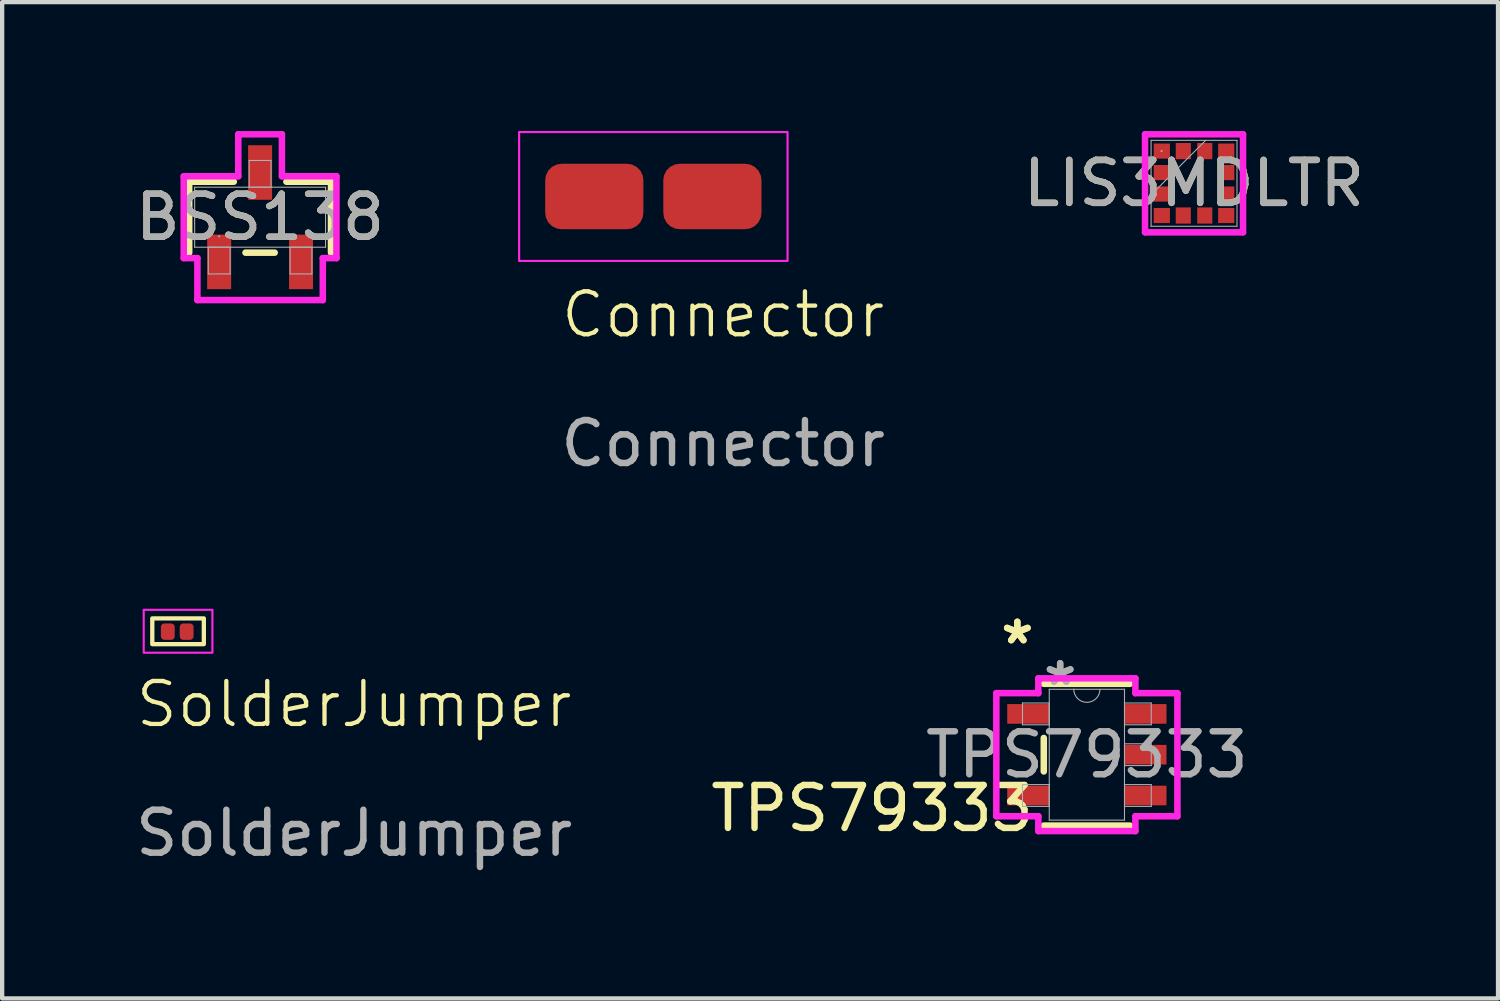
<source format=kicad_pcb>
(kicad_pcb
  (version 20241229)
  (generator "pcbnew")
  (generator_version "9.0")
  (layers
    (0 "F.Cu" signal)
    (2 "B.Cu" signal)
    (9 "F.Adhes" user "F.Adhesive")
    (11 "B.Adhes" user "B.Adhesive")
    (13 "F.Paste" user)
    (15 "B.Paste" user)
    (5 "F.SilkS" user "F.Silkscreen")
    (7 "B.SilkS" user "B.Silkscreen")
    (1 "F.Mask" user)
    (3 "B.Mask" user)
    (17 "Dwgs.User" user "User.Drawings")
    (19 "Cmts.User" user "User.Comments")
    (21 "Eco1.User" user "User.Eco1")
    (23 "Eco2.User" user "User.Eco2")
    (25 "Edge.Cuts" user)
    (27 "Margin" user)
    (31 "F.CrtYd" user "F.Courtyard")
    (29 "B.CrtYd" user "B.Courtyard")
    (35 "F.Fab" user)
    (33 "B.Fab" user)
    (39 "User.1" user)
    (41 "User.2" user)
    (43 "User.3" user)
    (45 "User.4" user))
  (footprint "Connector"
    (layer "F.Cu")
    (at 13.787 4.775)
    (property "Reference" "Connector" (at 0 -0.5 0) (unlocked yes) (layer "F.SilkS") (effects (font (size 1 1) (thickness 0.1))))
    (attr smd)
    (fp_rect (start -4.75 -4.75) (end 1.5 -1.75) (stroke (width 0.05) (type default)) (fill no) (layer "F.CrtYd"))
    (fp_text user "${REFERENCE}" (at 0 2.5 0) (unlocked yes) (layer "F.Fab") (effects (font (size 1 1) (thickness 0.15))))
    (pad "1" smd roundrect (at -3 -3.25) (size 2.286 1.524) (layers "F.Cu" "F.Mask") (roundrect_rratio 0.25))
    (pad "2" smd roundrect (at -0.25 -3.25) (size 2.286 1.524) (layers "F.Cu" "F.Mask") (roundrect_rratio 0.25)))
  (footprint "BSS138"
    (layer "F.Cu")
    (at 3.006 2.007)
    (property "Reference" "BSS138" (at 0 0 0) (unlocked yes) (layer "F.SilkS") (effects (font (size 1 1) (thickness 0.15))))
    (attr smd)
    (fp_line (start -1.651 -0.826) (end -1.651 0.826) (stroke (width 0.152) (type solid)) (layer "F.SilkS"))
    (fp_line (start -0.612 -0.826) (end -1.651 -0.826) (stroke (width 0.152) (type solid)) (layer "F.SilkS"))
    (fp_line (start -0.34 0.826) (end 0.34 0.826) (stroke (width 0.152) (type solid)) (layer "F.SilkS"))
    (fp_line (start 1.651 -0.826) (end 0.612 -0.826) (stroke (width 0.152) (type solid)) (layer "F.SilkS"))
    (fp_line (start 1.651 0.826) (end 1.651 -0.826) (stroke (width 0.152) (type solid)) (layer "F.SilkS"))
    (fp_line (start -1.778 -0.953) (end -0.508 -0.953) (stroke (width 0.152) (type solid)) (layer "F.CrtYd"))
    (fp_line (start -1.778 0.953) (end -1.778 -0.953) (stroke (width 0.152) (type solid)) (layer "F.CrtYd"))
    (fp_line (start -1.778 0.953) (end -1.46 0.953) (stroke (width 0.152) (type solid)) (layer "F.CrtYd"))
    (fp_line (start -1.46 0.953) (end -1.46 1.93) (stroke (width 0.152) (type solid)) (layer "F.CrtYd"))
    (fp_line (start -1.46 1.93) (end 1.46 1.93) (stroke (width 0.152) (type solid)) (layer "F.CrtYd"))
    (fp_line (start -0.508 -1.93) (end 0.508 -1.93) (stroke (width 0.152) (type solid)) (layer "F.CrtYd"))
    (fp_line (start -0.508 -0.953) (end -0.508 -1.93) (stroke (width 0.152) (type solid)) (layer "F.CrtYd"))
    (fp_line (start 0.508 -0.953) (end 0.508 -1.93) (stroke (width 0.152) (type solid)) (layer "F.CrtYd"))
    (fp_line (start 1.46 0.953) (end 1.46 1.93) (stroke (width 0.152) (type solid)) (layer "F.CrtYd"))
    (fp_line (start 1.778 -0.953) (end 0.508 -0.953) (stroke (width 0.152) (type solid)) (layer "F.CrtYd"))
    (fp_line (start 1.778 -0.953) (end 1.778 0.953) (stroke (width 0.152) (type solid)) (layer "F.CrtYd"))
    (fp_line (start 1.778 0.953) (end 1.46 0.953) (stroke (width 0.152) (type solid)) (layer "F.CrtYd"))
    (fp_line (start -1.524 -0.699) (end -1.524 0.699) (stroke (width 0.025) (type solid)) (layer "F.Fab"))
    (fp_line (start -1.524 0.699) (end 1.524 0.699) (stroke (width 0.025) (type solid)) (layer "F.Fab"))
    (fp_line (start -1.206 0.699) (end -1.206 1.321) (stroke (width 0.025) (type solid)) (layer "F.Fab"))
    (fp_line (start -1.206 1.321) (end -0.699 1.321) (stroke (width 0.025) (type solid)) (layer "F.Fab"))
    (fp_line (start -0.699 0.699) (end -1.206 0.699) (stroke (width 0.025) (type solid)) (layer "F.Fab"))
    (fp_line (start -0.699 1.321) (end -0.699 0.699) (stroke (width 0.025) (type solid)) (layer "F.Fab"))
    (fp_line (start -0.254 -1.321) (end -0.254 -0.699) (stroke (width 0.025) (type solid)) (layer "F.Fab"))
    (fp_line (start -0.254 -0.699) (end 0.254 -0.699) (stroke (width 0.025) (type solid)) (layer "F.Fab"))
    (fp_line (start 0.254 -1.321) (end -0.254 -1.321) (stroke (width 0.025) (type solid)) (layer "F.Fab"))
    (fp_line (start 0.254 -0.699) (end 0.254 -1.321) (stroke (width 0.025) (type solid)) (layer "F.Fab"))
    (fp_line (start 0.699 0.699) (end 0.699 1.321) (stroke (width 0.025) (type solid)) (layer "F.Fab"))
    (fp_line (start 0.699 1.321) (end 1.206 1.321) (stroke (width 0.025) (type solid)) (layer "F.Fab"))
    (fp_line (start 1.206 0.699) (end 0.699 0.699) (stroke (width 0.025) (type solid)) (layer "F.Fab"))
    (fp_line (start 1.206 1.321) (end 1.206 0.699) (stroke (width 0.025) (type solid)) (layer "F.Fab"))
    (fp_line (start 1.524 -0.699) (end -1.524 -0.699) (stroke (width 0.025) (type solid)) (layer "F.Fab"))
    (fp_line (start 1.524 0.699) (end 1.524 -0.699) (stroke (width 0.025) (type solid)) (layer "F.Fab"))
    (fp_circle (center -0.953 0.445) (end -0.953 0.445) (stroke (width 0.025) (type solid)) (fill no) (layer "F.Fab"))
    (fp_text user "${REFERENCE}" (at 0 0 0) (unlocked yes) (layer "F.Fab") (effects (font (size 1 1) (thickness 0.15))))
    (pad "1" smd rect (at -0.953 1.041) (size 0.559 1.27) (layers "F.Cu" "F.Mask" "F.Paste"))
    (pad "2" smd rect (at 0.953 1.041) (size 0.559 1.27) (layers "F.Cu" "F.Mask" "F.Paste"))
    (pad "3" smd rect (at 0 -1.041) (size 0.559 1.27) (layers "F.Cu" "F.Mask" "F.Paste")))
  (footprint "TPS79333"
    (layer "F.Cu")
    (at 22.256 14.522)
    (property "Reference" "TPS79333" (at -5 1.25 0) (unlocked yes) (layer "F.SilkS") (effects (font (size 1 1) (thickness 0.15))))
    (attr smd)
    (fp_line (start -1.003 -0.389) (end -1.003 0.389) (stroke (width 0.152) (type solid)) (layer "F.SilkS"))
    (fp_line (start -1.003 1.651) (end 1.003 1.651) (stroke (width 0.152) (type solid)) (layer "F.SilkS"))
    (fp_line (start 1.003 -1.651) (end -1.003 -1.651) (stroke (width 0.152) (type solid)) (layer "F.SilkS"))
    (fp_line (start -2.108 -1.433) (end -1.13 -1.433) (stroke (width 0.152) (type solid)) (layer "F.CrtYd"))
    (fp_line (start -2.108 1.433) (end -2.108 -1.433) (stroke (width 0.152) (type solid)) (layer "F.CrtYd"))
    (fp_line (start -1.13 -1.778) (end 1.13 -1.778) (stroke (width 0.152) (type solid)) (layer "F.CrtYd"))
    (fp_line (start -1.13 -1.433) (end -1.13 -1.778) (stroke (width 0.152) (type solid)) (layer "F.CrtYd"))
    (fp_line (start -1.13 1.433) (end -2.108 1.433) (stroke (width 0.152) (type solid)) (layer "F.CrtYd"))
    (fp_line (start -1.13 1.778) (end -1.13 1.433) (stroke (width 0.152) (type solid)) (layer "F.CrtYd"))
    (fp_line (start 1.13 -1.778) (end 1.13 -1.433) (stroke (width 0.152) (type solid)) (layer "F.CrtYd"))
    (fp_line (start 1.13 -1.433) (end 2.108 -1.433) (stroke (width 0.152) (type solid)) (layer "F.CrtYd"))
    (fp_line (start 1.13 1.433) (end 1.13 1.778) (stroke (width 0.152) (type solid)) (layer "F.CrtYd"))
    (fp_line (start 1.13 1.778) (end -1.13 1.778) (stroke (width 0.152) (type solid)) (layer "F.CrtYd"))
    (fp_line (start 2.108 -1.433) (end 2.108 1.433) (stroke (width 0.152) (type solid)) (layer "F.CrtYd"))
    (fp_line (start 2.108 1.433) (end 1.13 1.433) (stroke (width 0.152) (type solid)) (layer "F.CrtYd"))
    (fp_line (start -1.499 -1.204) (end -1.499 -0.696) (stroke (width 0.025) (type solid)) (layer "F.Fab"))
    (fp_line (start -1.499 -0.696) (end -0.876 -0.696) (stroke (width 0.025) (type solid)) (layer "F.Fab"))
    (fp_line (start -1.499 0.696) (end -1.499 1.204) (stroke (width 0.025) (type solid)) (layer "F.Fab"))
    (fp_line (start -1.499 1.204) (end -0.876 1.204) (stroke (width 0.025) (type solid)) (layer "F.Fab"))
    (fp_line (start -0.876 -1.524) (end -0.876 1.524) (stroke (width 0.025) (type solid)) (layer "F.Fab"))
    (fp_line (start -0.876 -1.204) (end -1.499 -1.204) (stroke (width 0.025) (type solid)) (layer "F.Fab"))
    (fp_line (start -0.876 -0.696) (end -0.876 -1.204) (stroke (width 0.025) (type solid)) (layer "F.Fab"))
    (fp_line (start -0.876 0.696) (end -1.499 0.696) (stroke (width 0.025) (type solid)) (layer "F.Fab"))
    (fp_line (start -0.876 1.204) (end -0.876 0.696) (stroke (width 0.025) (type solid)) (layer "F.Fab"))
    (fp_line (start -0.876 1.524) (end 0.876 1.524) (stroke (width 0.025) (type solid)) (layer "F.Fab"))
    (fp_line (start 0.876 -1.524) (end -0.876 -1.524) (stroke (width 0.025) (type solid)) (layer "F.Fab"))
    (fp_line (start 0.876 -1.204) (end 0.876 -0.696) (stroke (width 0.025) (type solid)) (layer "F.Fab"))
    (fp_line (start 0.876 -0.696) (end 1.499 -0.696) (stroke (width 0.025) (type solid)) (layer "F.Fab"))
    (fp_line (start 0.876 -0.254) (end 0.876 0.254) (stroke (width 0.025) (type solid)) (layer "F.Fab"))
    (fp_line (start 0.876 0.254) (end 1.499 0.254) (stroke (width 0.025) (type solid)) (layer "F.Fab"))
    (fp_line (start 0.876 0.696) (end 0.876 1.204) (stroke (width 0.025) (type solid)) (layer "F.Fab"))
    (fp_line (start 0.876 1.204) (end 1.499 1.204) (stroke (width 0.025) (type solid)) (layer "F.Fab"))
    (fp_line (start 0.876 1.524) (end 0.876 -1.524) (stroke (width 0.025) (type solid)) (layer "F.Fab"))
    (fp_line (start 1.499 -1.204) (end 0.876 -1.204) (stroke (width 0.025) (type solid)) (layer "F.Fab"))
    (fp_line (start 1.499 -0.696) (end 1.499 -1.204) (stroke (width 0.025) (type solid)) (layer "F.Fab"))
    (fp_line (start 1.499 -0.254) (end 0.876 -0.254) (stroke (width 0.025) (type solid)) (layer "F.Fab"))
    (fp_line (start 1.499 0.254) (end 1.499 -0.254) (stroke (width 0.025) (type solid)) (layer "F.Fab"))
    (fp_line (start 1.499 0.696) (end 0.876 0.696) (stroke (width 0.025) (type solid)) (layer "F.Fab"))
    (fp_line (start 1.499 1.204) (end 1.499 0.696) (stroke (width 0.025) (type solid)) (layer "F.Fab"))
    (fp_arc (start 0.3048 -1.524) (mid 0 -1.2192) (end -0.3048 -1.524) (stroke (width 0.0254) (type solid)) (layer "F.Fab"))
    (fp_text user "*" (at -1.619 -2.55 0) (unlocked yes) (layer "F.SilkS") (effects (font (size 1 1) (thickness 0.15))))
    (fp_text user "*" (at -1.619 -2.55 0) (layer "F.SilkS") (effects (font (size 1 1) (thickness 0.15))))
    (fp_text user "${REFERENCE}" (at 0 0 0) (unlocked yes) (layer "F.Fab") (effects (font (size 1 1) (thickness 0.15))))
    (fp_text user "*" (at -0.622 -1.585 0) (unlocked yes) (layer "F.Fab") (effects (font (size 1 1) (thickness 0.15))))
    (fp_text user "*" (at -0.622 -1.585 0) (layer "F.Fab") (effects (font (size 1 1) (thickness 0.15))))
    (pad "1" smd rect (at -1.365 -0.95) (size 0.978 0.457) (layers "F.Cu" "F.Mask" "F.Paste"))
    (pad "2" smd rect (at -1.365 0.95) (size 0.978 0.457) (layers "F.Cu" "F.Mask" "F.Paste"))
    (pad "3" smd rect (at 1.365 0.95) (size 0.978 0.457) (layers "F.Cu" "F.Mask" "F.Paste"))
    (pad "4" smd rect (at 1.365 0) (size 0.978 0.457) (layers "F.Cu" "F.Mask" "F.Paste"))
    (pad "5" smd rect (at 1.365 -0.95) (size 0.978 0.457) (layers "F.Cu" "F.Mask" "F.Paste")))
  (footprint "LIS3MDLTR"
    (layer "F.Cu")
    (at 24.751 1.218)
    (property "Reference" "LIS3MDLTR" (at 0 0 0) (unlocked yes) (layer "F.SilkS") (effects (font (size 1 1) (thickness 0.15))))
    (attr smd)
    (fp_line (start -1.141 -1.141) (end 1.141 -1.141) (stroke (width 0.152) (type solid)) (layer "F.CrtYd"))
    (fp_line (start -1.141 1.141) (end -1.141 -1.141) (stroke (width 0.152) (type solid)) (layer "F.CrtYd"))
    (fp_line (start 1.141 -1.141) (end 1.141 1.141) (stroke (width 0.152) (type solid)) (layer "F.CrtYd"))
    (fp_line (start 1.141 1.141) (end -1.141 1.141) (stroke (width 0.152) (type solid)) (layer "F.CrtYd"))
    (fp_line (start -1 -1) (end -1 1) (stroke (width 0.025) (type solid)) (layer "F.Fab"))
    (fp_line (start -1 0.27) (end 0.27 -1) (stroke (width 0.025) (type solid)) (layer "F.Fab"))
    (fp_line (start -1 1) (end 1 1) (stroke (width 0.025) (type solid)) (layer "F.Fab"))
    (fp_line (start 1 -1) (end -1 -1) (stroke (width 0.025) (type solid)) (layer "F.Fab"))
    (fp_line (start 1 1) (end 1 -1) (stroke (width 0.025) (type solid)) (layer "F.Fab"))
    (fp_circle (center -0.756 -0.75) (end -0.756 -0.75) (stroke (width 0.025) (type solid)) (fill no) (layer "F.Fab"))
    (fp_text user "${REFERENCE}" (at 0 0 0) (unlocked yes) (layer "F.Fab") (effects (font (size 1 1) (thickness 0.15))))
    (pad "1" smd rect (at -0.75 -0.75) (size 0.377 0.352) (layers "F.Cu" "F.Mask" "F.Paste"))
    (pad "2" smd rect (at -0.75 -0.25) (size 0.377 0.352) (layers "F.Cu" "F.Mask" "F.Paste"))
    (pad "3" smd rect (at -0.75 0.25) (size 0.377 0.352) (layers "F.Cu" "F.Mask" "F.Paste"))
    (pad "4" smd rect (at -0.75 0.75) (size 0.377 0.352) (layers "F.Cu" "F.Mask" "F.Paste"))
    (pad "5" smd rect (at -0.25 0.75 90) (size 0.377 0.352) (layers "F.Cu" "F.Mask" "F.Paste"))
    (pad "6" smd rect (at 0.25 0.75 90) (size 0.377 0.352) (layers "F.Cu" "F.Mask" "F.Paste"))
    (pad "7" smd rect (at 0.75 0.75) (size 0.377 0.352) (layers "F.Cu" "F.Mask" "F.Paste"))
    (pad "8" smd rect (at 0.75 0.25) (size 0.377 0.352) (layers "F.Cu" "F.Mask" "F.Paste"))
    (pad "9" smd rect (at 0.75 -0.25) (size 0.377 0.352) (layers "F.Cu" "F.Mask" "F.Paste"))
    (pad "10" smd rect (at 0.75 -0.75) (size 0.377 0.352) (layers "F.Cu" "F.Mask" "F.Paste"))
    (pad "11" smd rect (at 0.25 -0.75 90) (size 0.377 0.352) (layers "F.Cu" "F.Mask" "F.Paste"))
    (pad "12" smd rect (at -0.25 -0.75 90) (size 0.377 0.352) (layers "F.Cu" "F.Mask" "F.Paste")))
  (footprint "SolderJumper"
    (layer "F.Cu")
    (at 5.196 13.848)
    (property "Reference" "SolderJumper" (at 0 -0.5 0) (unlocked yes) (layer "F.SilkS") (effects (font (size 1 1) (thickness 0.1))))
    (attr smd)
    (fp_rect (start -4.7 -2.5) (end -3.5 -1.9) (stroke (width 0.1) (type default)) (fill no) (layer "F.SilkS"))
    (fp_rect (start -4.9 -2.7) (end -3.3 -1.7) (stroke (width 0.05) (type default)) (fill no) (layer "F.CrtYd"))
    (fp_text user "${REFERENCE}" (at 0 2.5 0) (unlocked yes) (layer "F.Fab") (effects (font (size 1 1) (thickness 0.15))))
    (pad "1" smd roundrect (at -4.339 -2.191) (size 0.322 0.381) (layers "F.Cu" "F.Mask" "F.Paste") (roundrect_rratio 0.25))
    (pad "2" smd roundrect (at -3.9 -2.191) (size 0.322 0.381) (layers "F.Cu" "F.Mask" "F.Paste") (roundrect_rratio 0.25)))
  (gr_rect
    (start -3 -3)
    (end 31.829 20.197)
    (stroke (width 0.1) (type default))
    (fill no)
    (layer "Edge.Cuts")))
</source>
